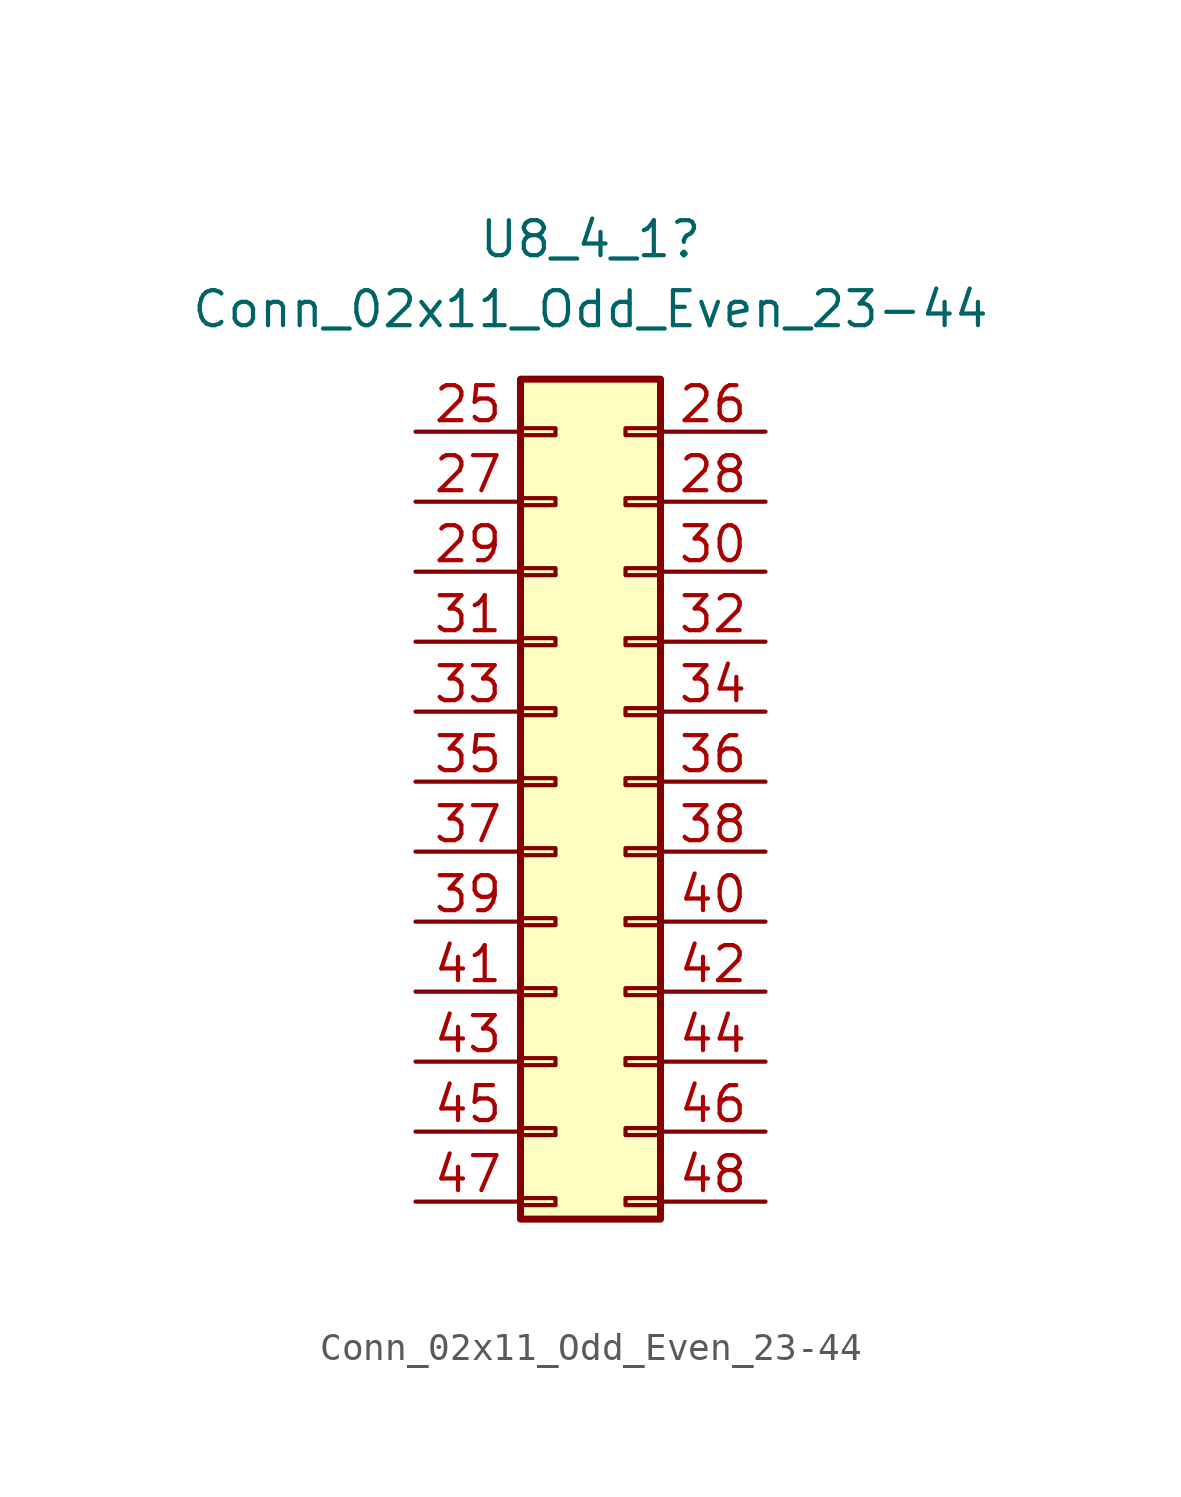
<source format=kicad_sym>
(kicad_symbol_lib
  (version 20211014)
  (generator kicad_symbol_editor)
  (symbol "Conn_02x11_Odd_Even_23-44"
    (pin_names
      (offset 1.016) hide)
    (property "Reference" "U8_4_1"
      (at 1.27 19.05 0)
      (effects (font (size 1.27 1.27))))
    (property "Value" "Conn_02x11_Odd_Even_23-44"
      (at 1.27 16.51 0)
      (effects (font (size 1.27 1.27))))
    (symbol "Conn_02x11_Odd_Even_23-44_1_1"
      (rectangle (start -1.27 -15.748) (end 0 -16.002) (stroke (width 0.152) (type default) (color 0 0 0 0)) (fill (type none)))
      (rectangle (start -1.27 -13.208) (end 0 -13.462) (stroke (width 0.152) (type default) (color 0 0 0 0)) (fill (type none)))
      (rectangle (start -1.27 -10.668) (end 0 -10.922) (stroke (width 0.152) (type default) (color 0 0 0 0)) (fill (type none)))
      (rectangle (start -1.27 -8.128) (end 0 -8.382) (stroke (width 0.152) (type default) (color 0 0 0 0)) (fill (type none)))
      (rectangle (start -1.27 -5.588) (end 0 -5.842) (stroke (width 0.152) (type default) (color 0 0 0 0)) (fill (type none)))
      (rectangle (start -1.27 -3.048) (end 0 -3.302) (stroke (width 0.152) (type default) (color 0 0 0 0)) (fill (type none)))
      (rectangle (start -1.27 -0.508) (end 0 -0.762) (stroke (width 0.152) (type default) (color 0 0 0 0)) (fill (type none)))
      (rectangle (start -1.27 2.032) (end 0 1.778) (stroke (width 0.152) (type default) (color 0 0 0 0)) (fill (type none)))
      (rectangle (start -1.27 4.572) (end 0 4.318) (stroke (width 0.152) (type default) (color 0 0 0 0)) (fill (type none)))
      (rectangle (start -1.27 7.112) (end 0 6.858) (stroke (width 0.152) (type default) (color 0 0 0 0)) (fill (type none)))
      (rectangle (start -1.27 9.652) (end 0 9.398) (stroke (width 0.152) (type default) (color 0 0 0 0)) (fill (type none)))
      (rectangle (start -1.27 12.192) (end 0 11.938) (stroke (width 0.152) (type default) (color 0 0 0 0)) (fill (type none)))
      (rectangle (start -1.27 13.97) (end 3.81 -16.51) (stroke (width 0.254) (type default) (color 0 0 0 0)) (fill (type background)))
      (rectangle (start 3.81 -15.748) (end 2.54 -16.002) (stroke (width 0.152) (type default) (color 0 0 0 0)) (fill (type none)))
      (rectangle (start 3.81 -13.208) (end 2.54 -13.462) (stroke (width 0.152) (type default) (color 0 0 0 0)) (fill (type none)))
      (rectangle (start 3.81 -10.668) (end 2.54 -10.922) (stroke (width 0.152) (type default) (color 0 0 0 0)) (fill (type none)))
      (rectangle (start 3.81 -8.128) (end 2.54 -8.382) (stroke (width 0.152) (type default) (color 0 0 0 0)) (fill (type none)))
      (rectangle (start 3.81 -5.588) (end 2.54 -5.842) (stroke (width 0.152) (type default) (color 0 0 0 0)) (fill (type none)))
      (rectangle (start 3.81 -3.048) (end 2.54 -3.302) (stroke (width 0.152) (type default) (color 0 0 0 0)) (fill (type none)))
      (rectangle (start 3.81 -0.508) (end 2.54 -0.762) (stroke (width 0.152) (type default) (color 0 0 0 0)) (fill (type none)))
      (rectangle (start 3.81 2.032) (end 2.54 1.778) (stroke (width 0.152) (type default) (color 0 0 0 0)) (fill (type none)))
      (rectangle (start 3.81 4.572) (end 2.54 4.318) (stroke (width 0.152) (type default) (color 0 0 0 0)) (fill (type none)))
      (rectangle (start 3.81 7.112) (end 2.54 6.858) (stroke (width 0.152) (type default) (color 0 0 0 0)) (fill (type none)))
      (rectangle (start 3.81 9.652) (end 2.54 9.398) (stroke (width 0.152) (type default) (color 0 0 0 0)) (fill (type none)))
      (rectangle (start 3.81 12.192) (end 2.54 11.938) (stroke (width 0.152) (type default) (color 0 0 0 0)) (fill (type none)))
      (pin passive line (at -5.08 12.065 0) (length 3.81) (name "Pin_3" (effects (font (size 1.27 1.27)))) (number "25" (effects (font (size 1.27 1.27)))))
      (pin passive line (at 7.62 12.065 180) (length 3.81) (name "Pin_4" (effects (font (size 1.27 1.27)))) (number "26" (effects (font (size 1.27 1.27)))))
      (pin passive line (at -5.08 9.525 0) (length 3.81) (name "Pin_5" (effects (font (size 1.27 1.27)))) (number "27" (effects (font (size 1.27 1.27)))))
      (pin passive line (at 7.62 9.525 180) (length 3.81) (name "Pin_6" (effects (font (size 1.27 1.27)))) (number "28" (effects (font (size 1.27 1.27)))))
      (pin passive line (at -5.08 6.985 0) (length 3.81) (name "Pin_7" (effects (font (size 1.27 1.27)))) (number "29" (effects (font (size 1.27 1.27)))))
      (pin passive line (at 7.62 6.985 180) (length 3.81) (name "Pin_8" (effects (font (size 1.27 1.27)))) (number "30" (effects (font (size 1.27 1.27)))))
      (pin passive line (at -5.08 4.445 0) (length 3.81) (name "Pin_9" (effects (font (size 1.27 1.27)))) (number "31" (effects (font (size 1.27 1.27)))))
      (pin passive line (at 7.62 4.445 180) (length 3.81) (name "Pin_10" (effects (font (size 1.27 1.27)))) (number "32" (effects (font (size 1.27 1.27)))))
      (pin passive line (at -5.08 1.905 0) (length 3.81) (name "Pin_11" (effects (font (size 1.27 1.27)))) (number "33" (effects (font (size 1.27 1.27)))))
      (pin passive line (at 7.62 1.905 180) (length 3.81) (name "Pin_12" (effects (font (size 1.27 1.27)))) (number "34" (effects (font (size 1.27 1.27)))))
      (pin passive line (at -5.08 -0.635 0) (length 3.81) (name "Pin_13" (effects (font (size 1.27 1.27)))) (number "35" (effects (font (size 1.27 1.27)))))
      (pin passive line (at 7.62 -0.635 180) (length 3.81) (name "Pin_14" (effects (font (size 1.27 1.27)))) (number "36" (effects (font (size 1.27 1.27)))))
      (pin passive line (at -5.08 -3.175 0) (length 3.81) (name "Pin_15" (effects (font (size 1.27 1.27)))) (number "37" (effects (font (size 1.27 1.27)))))
      (pin passive line (at 7.62 -3.175 180) (length 3.81) (name "Pin_16" (effects (font (size 1.27 1.27)))) (number "38" (effects (font (size 1.27 1.27)))))
      (pin passive line (at -5.08 -5.715 0) (length 3.81) (name "Pin_17" (effects (font (size 1.27 1.27)))) (number "39" (effects (font (size 1.27 1.27)))))
      (pin passive line (at 7.62 -5.715 180) (length 3.81) (name "Pin_18" (effects (font (size 1.27 1.27)))) (number "40" (effects (font (size 1.27 1.27)))))
      (pin passive line (at -5.08 -8.255 0) (length 3.81) (name "Pin_19" (effects (font (size 1.27 1.27)))) (number "41" (effects (font (size 1.27 1.27)))))
      (pin passive line (at 7.62 -8.255 180) (length 3.81) (name "Pin_20" (effects (font (size 1.27 1.27)))) (number "42" (effects (font (size 1.27 1.27)))))
      (pin passive line (at -5.08 -10.795 0) (length 3.81) (name "Pin_21" (effects (font (size 1.27 1.27)))) (number "43" (effects (font (size 1.27 1.27)))))
      (pin passive line (at 7.62 -10.795 180) (length 3.81) (name "Pin_22" (effects (font (size 1.27 1.27)))) (number "44" (effects (font (size 1.27 1.27)))))
      (pin passive line (at -5.08 -13.335 0) (length 3.81) (name "Pin_1" (effects (font (size 1.27 1.27)))) (number "45" (effects (font (size 1.27 1.27)))))
      (pin passive line (at 7.62 -13.335 180) (length 3.81) (name "Pin_2" (effects (font (size 1.27 1.27)))) (number "46" (effects (font (size 1.27 1.27)))))
      (pin passive line (at -5.08 -15.875 0) (length 3.81) (name "Pin_23" (effects (font (size 1.27 1.27)))) (number "47" (effects (font (size 1.27 1.27)))))
      (pin passive line (at 7.62 -15.875 180) (length 3.81) (name "Pin_24" (effects (font (size 1.27 1.27)))) (number "48" (effects (font (size 1.27 1.27))))))))
</source>
